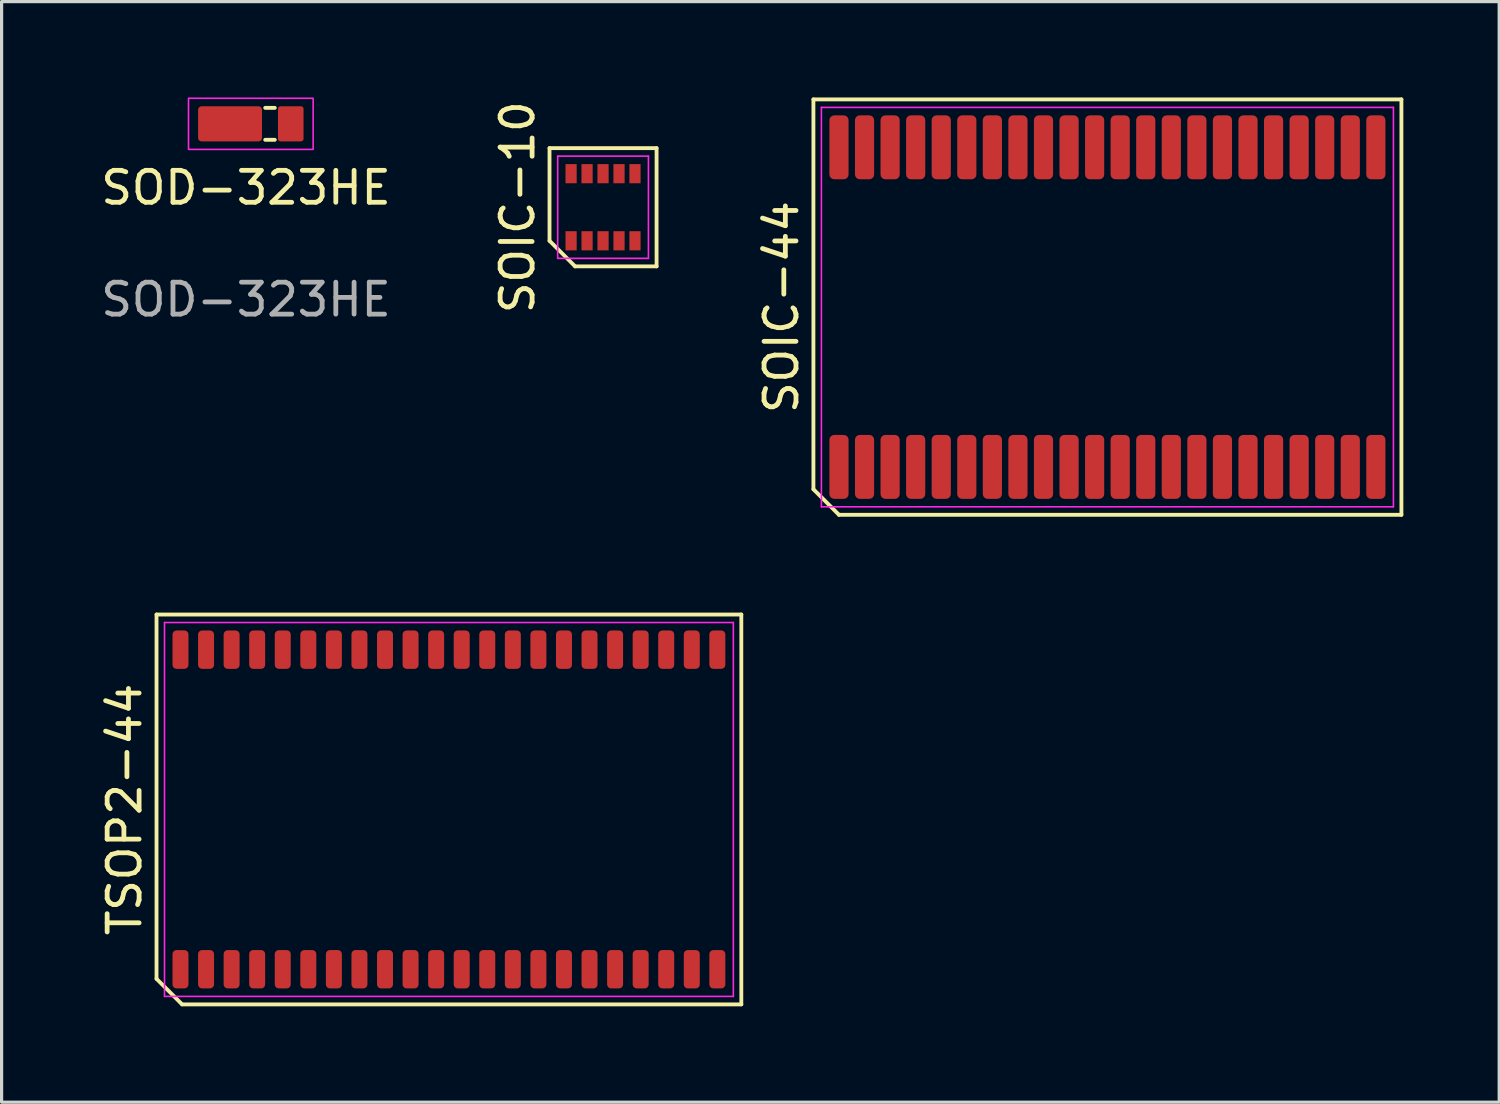
<source format=kicad_pcb>
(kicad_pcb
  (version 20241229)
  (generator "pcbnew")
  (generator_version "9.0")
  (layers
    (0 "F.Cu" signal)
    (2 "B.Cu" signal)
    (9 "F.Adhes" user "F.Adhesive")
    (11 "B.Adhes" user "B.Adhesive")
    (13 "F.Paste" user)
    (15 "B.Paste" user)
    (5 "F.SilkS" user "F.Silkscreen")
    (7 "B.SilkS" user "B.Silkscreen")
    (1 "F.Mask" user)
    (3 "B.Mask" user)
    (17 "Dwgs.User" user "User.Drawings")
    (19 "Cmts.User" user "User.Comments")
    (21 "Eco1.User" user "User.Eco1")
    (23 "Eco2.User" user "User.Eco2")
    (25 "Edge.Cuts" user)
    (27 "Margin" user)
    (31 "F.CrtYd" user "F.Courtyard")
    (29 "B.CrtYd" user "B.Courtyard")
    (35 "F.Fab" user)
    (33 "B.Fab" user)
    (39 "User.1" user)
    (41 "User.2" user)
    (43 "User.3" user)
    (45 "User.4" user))
  (footprint "SOD-323HE"
    (layer "F.Cu")
    (at 4.649 0.825)
    (property "Reference" "SOD-323HE" (at 0 2 0) (unlocked yes) (layer "F.SilkS") (effects (font (size 1 1) (thickness 0.15))))
    (attr smd)
    (fp_line (start 0.6 -0.5) (end 0.9 -0.5) (stroke (width 0.12) (type solid)) (layer "F.SilkS"))
    (fp_line (start 0.9 0.5) (end 0.6 0.5) (stroke (width 0.12) (type solid)) (layer "F.SilkS"))
    (fp_rect (start -1.8 -0.8) (end 2.1 0.8) (stroke (width 0.05) (type solid)) (fill no) (layer "F.CrtYd"))
    (fp_text user "${REFERENCE}" (at 0 5.5 0) (unlocked yes) (layer "F.Fab") (effects (font (size 1 1) (thickness 0.15))))
    (pad "1" smd roundrect (at -0.5 0) (size 2 1.1) (layers "F.Cu" "F.Mask" "F.Paste") (roundrect_rratio 0.1))
    (pad "2" smd roundrect (at 1.4 0) (size 0.8 1.1) (layers "F.Cu" "F.Mask" "F.Paste") (roundrect_rratio 0.1)))
  (footprint "SOIC-10"
    (layer "F.Cu")
    (at 15.821 3.435)
    (property "Reference" "SOIC-10" (at -2.675 0 90) (layer "F.SilkS") (effects (font (size 1 1) (thickness 0.15))))
    (attr through_hole)
    (fp_line (start -1.675 -1.85) (end 1.675 -1.85) (stroke (width 0.12) (type solid)) (layer "F.SilkS"))
    (fp_line (start -1.675 1.05) (end -1.675 -1.85) (stroke (width 0.12) (type solid)) (layer "F.SilkS"))
    (fp_line (start -0.875 1.85) (end -1.675 1.05) (stroke (width 0.12) (type solid)) (layer "F.SilkS"))
    (fp_line (start 1.675 -1.85) (end 1.675 1.85) (stroke (width 0.12) (type solid)) (layer "F.SilkS"))
    (fp_line (start 1.675 1.85) (end -0.875 1.85) (stroke (width 0.12) (type solid)) (layer "F.SilkS"))
    (fp_line (start -1.42 -1.6) (end 1.42 -1.6) (stroke (width 0.05) (type solid)) (layer "F.CrtYd"))
    (fp_line (start -1.42 1.6) (end -1.42 -1.6) (stroke (width 0.05) (type solid)) (layer "F.CrtYd"))
    (fp_line (start 1.42 -1.6) (end 1.42 1.6) (stroke (width 0.05) (type solid)) (layer "F.CrtYd"))
    (fp_line (start 1.42 1.6) (end -1.42 1.6) (stroke (width 0.05) (type solid)) (layer "F.CrtYd"))
    (pad "1" smd rect (at -1 1.05) (size 0.35 0.6) (layers "F.Cu" "F.Mask" "F.Paste"))
    (pad "2" smd rect (at -0.5 1.05) (size 0.35 0.6) (layers "F.Cu" "F.Mask" "F.Paste"))
    (pad "3" smd rect (at 0 1.05) (size 0.35 0.6) (layers "F.Cu" "F.Mask" "F.Paste"))
    (pad "4" smd rect (at 0.5 1.05) (size 0.35 0.6) (layers "F.Cu" "F.Mask" "F.Paste"))
    (pad "5" smd rect (at 1 1.05) (size 0.35 0.6) (layers "F.Cu" "F.Mask" "F.Paste"))
    (pad "6" smd rect (at 1 -1.05) (size 0.35 0.6) (layers "F.Cu" "F.Mask" "F.Paste"))
    (pad "7" smd rect (at 0.5 -1.05) (size 0.35 0.6) (layers "F.Cu" "F.Mask" "F.Paste"))
    (pad "8" smd rect (at 0 -1.05) (size 0.35 0.6) (layers "F.Cu" "F.Mask" "F.Paste"))
    (pad "9" smd rect (at -0.5 -1.05) (size 0.35 0.6) (layers "F.Cu" "F.Mask" "F.Paste"))
    (pad "10" smd rect (at -1 -1.05) (size 0.35 0.6) (layers "F.Cu" "F.Mask" "F.Paste")))
  (footprint "SOIC-44"
    (layer "F.Cu")
    (at 31.604 6.56)
    (property "Reference" "SOIC-44" (at -10.2 0 90) (layer "F.SilkS") (effects (font (size 1 1) (thickness 0.15))))
    (attr through_hole)
    (fp_line (start -9.2 -6.5) (end 9.2 -6.5) (stroke (width 0.12) (type default)) (layer "F.SilkS"))
    (fp_line (start -9.2 5.7) (end -9.2 -6.5) (stroke (width 0.12) (type default)) (layer "F.SilkS"))
    (fp_line (start -8.4 6.5) (end -9.2 5.7) (stroke (width 0.12) (type default)) (layer "F.SilkS"))
    (fp_line (start 9.2 -6.5) (end 9.2 6.5) (stroke (width 0.12) (type default)) (layer "F.SilkS"))
    (fp_line (start 9.2 6.5) (end -8.4 6.5) (stroke (width 0.12) (type default)) (layer "F.SilkS"))
    (fp_line (start -8.95 -6.25) (end 8.95 -6.25) (stroke (width 0.05) (type default)) (layer "F.CrtYd"))
    (fp_line (start -8.95 6.25) (end -8.95 -6.25) (stroke (width 0.05) (type default)) (layer "F.CrtYd"))
    (fp_line (start 8.95 -6.25) (end 8.95 6.25) (stroke (width 0.05) (type default)) (layer "F.CrtYd"))
    (fp_line (start 8.95 6.25) (end -8.95 6.25) (stroke (width 0.05) (type default)) (layer "F.CrtYd"))
    (pad "1" smd roundrect (at -8.4 5) (size 0.6 2) (layers "F.Cu" "F.Mask" "F.Paste") (roundrect_rratio 0.25))
    (pad "2" smd roundrect (at -7.6 5) (size 0.6 2) (layers "F.Cu" "F.Mask" "F.Paste") (roundrect_rratio 0.25))
    (pad "3" smd roundrect (at -6.8 5) (size 0.6 2) (layers "F.Cu" "F.Mask" "F.Paste") (roundrect_rratio 0.25))
    (pad "4" smd roundrect (at -6 5) (size 0.6 2) (layers "F.Cu" "F.Mask" "F.Paste") (roundrect_rratio 0.25))
    (pad "5" smd roundrect (at -5.2 5) (size 0.6 2) (layers "F.Cu" "F.Mask" "F.Paste") (roundrect_rratio 0.25))
    (pad "6" smd roundrect (at -4.4 5) (size 0.6 2) (layers "F.Cu" "F.Mask" "F.Paste") (roundrect_rratio 0.25))
    (pad "7" smd roundrect (at -3.6 5) (size 0.6 2) (layers "F.Cu" "F.Mask" "F.Paste") (roundrect_rratio 0.25))
    (pad "8" smd roundrect (at -2.8 5) (size 0.6 2) (layers "F.Cu" "F.Mask" "F.Paste") (roundrect_rratio 0.25))
    (pad "9" smd roundrect (at -2 5) (size 0.6 2) (layers "F.Cu" "F.Mask" "F.Paste") (roundrect_rratio 0.25))
    (pad "10" smd roundrect (at -1.2 5) (size 0.6 2) (layers "F.Cu" "F.Mask" "F.Paste") (roundrect_rratio 0.25))
    (pad "11" smd roundrect (at -0.4 5) (size 0.6 2) (layers "F.Cu" "F.Mask" "F.Paste") (roundrect_rratio 0.25))
    (pad "12" smd roundrect (at 0.4 5) (size 0.6 2) (layers "F.Cu" "F.Mask" "F.Paste") (roundrect_rratio 0.25))
    (pad "13" smd roundrect (at 1.2 5) (size 0.6 2) (layers "F.Cu" "F.Mask" "F.Paste") (roundrect_rratio 0.25))
    (pad "14" smd roundrect (at 2 5) (size 0.6 2) (layers "F.Cu" "F.Mask" "F.Paste") (roundrect_rratio 0.25))
    (pad "15" smd roundrect (at 2.8 5) (size 0.6 2) (layers "F.Cu" "F.Mask" "F.Paste") (roundrect_rratio 0.25))
    (pad "16" smd roundrect (at 3.6 5) (size 0.6 2) (layers "F.Cu" "F.Mask" "F.Paste") (roundrect_rratio 0.25))
    (pad "17" smd roundrect (at 4.4 5) (size 0.6 2) (layers "F.Cu" "F.Mask" "F.Paste") (roundrect_rratio 0.25))
    (pad "18" smd roundrect (at 5.2 5) (size 0.6 2) (layers "F.Cu" "F.Mask" "F.Paste") (roundrect_rratio 0.25))
    (pad "19" smd roundrect (at 6 5) (size 0.6 2) (layers "F.Cu" "F.Mask" "F.Paste") (roundrect_rratio 0.25))
    (pad "20" smd roundrect (at 6.8 5) (size 0.6 2) (layers "F.Cu" "F.Mask" "F.Paste") (roundrect_rratio 0.25))
    (pad "21" smd roundrect (at 7.6 5) (size 0.6 2) (layers "F.Cu" "F.Mask" "F.Paste") (roundrect_rratio 0.25))
    (pad "22" smd roundrect (at 8.4 5) (size 0.6 2) (layers "F.Cu" "F.Mask" "F.Paste") (roundrect_rratio 0.25))
    (pad "23" smd roundrect (at 8.4 -5) (size 0.6 2) (layers "F.Cu" "F.Mask" "F.Paste") (roundrect_rratio 0.25))
    (pad "24" smd roundrect (at 7.6 -5) (size 0.6 2) (layers "F.Cu" "F.Mask" "F.Paste") (roundrect_rratio 0.25))
    (pad "25" smd roundrect (at 6.8 -5) (size 0.6 2) (layers "F.Cu" "F.Mask" "F.Paste") (roundrect_rratio 0.25))
    (pad "26" smd roundrect (at 6 -5) (size 0.6 2) (layers "F.Cu" "F.Mask" "F.Paste") (roundrect_rratio 0.25))
    (pad "27" smd roundrect (at 5.2 -5) (size 0.6 2) (layers "F.Cu" "F.Mask" "F.Paste") (roundrect_rratio 0.25))
    (pad "28" smd roundrect (at 4.4 -5) (size 0.6 2) (layers "F.Cu" "F.Mask" "F.Paste") (roundrect_rratio 0.25))
    (pad "29" smd roundrect (at 3.6 -5) (size 0.6 2) (layers "F.Cu" "F.Mask" "F.Paste") (roundrect_rratio 0.25))
    (pad "30" smd roundrect (at 2.8 -5) (size 0.6 2) (layers "F.Cu" "F.Mask" "F.Paste") (roundrect_rratio 0.25))
    (pad "31" smd roundrect (at 2 -5) (size 0.6 2) (layers "F.Cu" "F.Mask" "F.Paste") (roundrect_rratio 0.25))
    (pad "32" smd roundrect (at 1.2 -5) (size 0.6 2) (layers "F.Cu" "F.Mask" "F.Paste") (roundrect_rratio 0.25))
    (pad "33" smd roundrect (at 0.4 -5) (size 0.6 2) (layers "F.Cu" "F.Mask" "F.Paste") (roundrect_rratio 0.25))
    (pad "34" smd roundrect (at -0.4 -5) (size 0.6 2) (layers "F.Cu" "F.Mask" "F.Paste") (roundrect_rratio 0.25))
    (pad "35" smd roundrect (at -1.2 -5) (size 0.6 2) (layers "F.Cu" "F.Mask" "F.Paste") (roundrect_rratio 0.25))
    (pad "36" smd roundrect (at -2 -5) (size 0.6 2) (layers "F.Cu" "F.Mask" "F.Paste") (roundrect_rratio 0.25))
    (pad "37" smd roundrect (at -2.8 -5) (size 0.6 2) (layers "F.Cu" "F.Mask" "F.Paste") (roundrect_rratio 0.25))
    (pad "38" smd roundrect (at -3.6 -5) (size 0.6 2) (layers "F.Cu" "F.Mask" "F.Paste") (roundrect_rratio 0.25))
    (pad "39" smd roundrect (at -4.4 -5) (size 0.6 2) (layers "F.Cu" "F.Mask" "F.Paste") (roundrect_rratio 0.25))
    (pad "40" smd roundrect (at -5.2 -5) (size 0.6 2) (layers "F.Cu" "F.Mask" "F.Paste") (roundrect_rratio 0.25))
    (pad "41" smd roundrect (at -6 -5) (size 0.6 2) (layers "F.Cu" "F.Mask" "F.Paste") (roundrect_rratio 0.25))
    (pad "42" smd roundrect (at -6.8 -5) (size 0.6 2) (layers "F.Cu" "F.Mask" "F.Paste") (roundrect_rratio 0.25))
    (pad "43" smd roundrect (at -7.6 -5) (size 0.6 2) (layers "F.Cu" "F.Mask" "F.Paste") (roundrect_rratio 0.25))
    (pad "44" smd roundrect (at -8.4 -5) (size 0.6 2) (layers "F.Cu" "F.Mask" "F.Paste") (roundrect_rratio 0.25)))
  (footprint "TSOP2-44"
    (layer "F.Cu")
    (at 10.998 22.28)
    (property "Reference" "TSOP2-44" (at -10.15 0 90) (layer "F.SilkS") (effects (font (size 1 1) (thickness 0.15))))
    (attr through_hole)
    (fp_line (start -9.15 -6.1) (end 9.15 -6.1) (stroke (width 0.12) (type default)) (layer "F.SilkS"))
    (fp_line (start -9.15 5.3) (end -9.15 -6.1) (stroke (width 0.12) (type default)) (layer "F.SilkS"))
    (fp_line (start -8.35 6.1) (end -9.15 5.3) (stroke (width 0.12) (type default)) (layer "F.SilkS"))
    (fp_line (start 9.15 -6.1) (end 9.15 6.1) (stroke (width 0.12) (type default)) (layer "F.SilkS"))
    (fp_line (start 9.15 6.1) (end -8.35 6.1) (stroke (width 0.12) (type default)) (layer "F.SilkS"))
    (fp_line (start -8.9 -5.85) (end 8.9 -5.85) (stroke (width 0.05) (type default)) (layer "F.CrtYd"))
    (fp_line (start -8.9 5.85) (end -8.9 -5.85) (stroke (width 0.05) (type default)) (layer "F.CrtYd"))
    (fp_line (start 8.9 -5.85) (end 8.9 5.85) (stroke (width 0.05) (type default)) (layer "F.CrtYd"))
    (fp_line (start 8.9 5.85) (end -8.9 5.85) (stroke (width 0.05) (type default)) (layer "F.CrtYd"))
    (pad "1" smd roundrect (at -8.4 5) (size 0.5 1.2) (layers "F.Cu" "F.Mask" "F.Paste") (roundrect_rratio 0.25))
    (pad "2" smd roundrect (at -7.6 5) (size 0.5 1.2) (layers "F.Cu" "F.Mask" "F.Paste") (roundrect_rratio 0.25))
    (pad "3" smd roundrect (at -6.8 5) (size 0.5 1.2) (layers "F.Cu" "F.Mask" "F.Paste") (roundrect_rratio 0.25))
    (pad "4" smd roundrect (at -6 5) (size 0.5 1.2) (layers "F.Cu" "F.Mask" "F.Paste") (roundrect_rratio 0.25))
    (pad "5" smd roundrect (at -5.2 5) (size 0.5 1.2) (layers "F.Cu" "F.Mask" "F.Paste") (roundrect_rratio 0.25))
    (pad "6" smd roundrect (at -4.4 5) (size 0.5 1.2) (layers "F.Cu" "F.Mask" "F.Paste") (roundrect_rratio 0.25))
    (pad "7" smd roundrect (at -3.6 5) (size 0.5 1.2) (layers "F.Cu" "F.Mask" "F.Paste") (roundrect_rratio 0.25))
    (pad "8" smd roundrect (at -2.8 5) (size 0.5 1.2) (layers "F.Cu" "F.Mask" "F.Paste") (roundrect_rratio 0.25))
    (pad "9" smd roundrect (at -2 5) (size 0.5 1.2) (layers "F.Cu" "F.Mask" "F.Paste") (roundrect_rratio 0.25))
    (pad "10" smd roundrect (at -1.2 5) (size 0.5 1.2) (layers "F.Cu" "F.Mask" "F.Paste") (roundrect_rratio 0.25))
    (pad "11" smd roundrect (at -0.4 5) (size 0.5 1.2) (layers "F.Cu" "F.Mask" "F.Paste") (roundrect_rratio 0.25))
    (pad "12" smd roundrect (at 0.4 5) (size 0.5 1.2) (layers "F.Cu" "F.Mask" "F.Paste") (roundrect_rratio 0.25))
    (pad "13" smd roundrect (at 1.2 5) (size 0.5 1.2) (layers "F.Cu" "F.Mask" "F.Paste") (roundrect_rratio 0.25))
    (pad "14" smd roundrect (at 2 5) (size 0.5 1.2) (layers "F.Cu" "F.Mask" "F.Paste") (roundrect_rratio 0.25))
    (pad "15" smd roundrect (at 2.8 5) (size 0.5 1.2) (layers "F.Cu" "F.Mask" "F.Paste") (roundrect_rratio 0.25))
    (pad "16" smd roundrect (at 3.6 5) (size 0.5 1.2) (layers "F.Cu" "F.Mask" "F.Paste") (roundrect_rratio 0.25))
    (pad "17" smd roundrect (at 4.4 5) (size 0.5 1.2) (layers "F.Cu" "F.Mask" "F.Paste") (roundrect_rratio 0.25))
    (pad "18" smd roundrect (at 5.2 5) (size 0.5 1.2) (layers "F.Cu" "F.Mask" "F.Paste") (roundrect_rratio 0.25))
    (pad "19" smd roundrect (at 6 5) (size 0.5 1.2) (layers "F.Cu" "F.Mask" "F.Paste") (roundrect_rratio 0.25))
    (pad "20" smd roundrect (at 6.8 5) (size 0.5 1.2) (layers "F.Cu" "F.Mask" "F.Paste") (roundrect_rratio 0.25))
    (pad "21" smd roundrect (at 7.6 5) (size 0.5 1.2) (layers "F.Cu" "F.Mask" "F.Paste") (roundrect_rratio 0.25))
    (pad "22" smd roundrect (at 8.4 5) (size 0.5 1.2) (layers "F.Cu" "F.Mask" "F.Paste") (roundrect_rratio 0.25))
    (pad "23" smd roundrect (at 8.4 -5) (size 0.5 1.2) (layers "F.Cu" "F.Mask" "F.Paste") (roundrect_rratio 0.25))
    (pad "24" smd roundrect (at 7.6 -5) (size 0.5 1.2) (layers "F.Cu" "F.Mask" "F.Paste") (roundrect_rratio 0.25))
    (pad "25" smd roundrect (at 6.8 -5) (size 0.5 1.2) (layers "F.Cu" "F.Mask" "F.Paste") (roundrect_rratio 0.25))
    (pad "26" smd roundrect (at 6 -5) (size 0.5 1.2) (layers "F.Cu" "F.Mask" "F.Paste") (roundrect_rratio 0.25))
    (pad "27" smd roundrect (at 5.2 -5) (size 0.5 1.2) (layers "F.Cu" "F.Mask" "F.Paste") (roundrect_rratio 0.25))
    (pad "28" smd roundrect (at 4.4 -5) (size 0.5 1.2) (layers "F.Cu" "F.Mask" "F.Paste") (roundrect_rratio 0.25))
    (pad "29" smd roundrect (at 3.6 -5) (size 0.5 1.2) (layers "F.Cu" "F.Mask" "F.Paste") (roundrect_rratio 0.25))
    (pad "30" smd roundrect (at 2.8 -5) (size 0.5 1.2) (layers "F.Cu" "F.Mask" "F.Paste") (roundrect_rratio 0.25))
    (pad "31" smd roundrect (at 2 -5) (size 0.5 1.2) (layers "F.Cu" "F.Mask" "F.Paste") (roundrect_rratio 0.25))
    (pad "32" smd roundrect (at 1.2 -5) (size 0.5 1.2) (layers "F.Cu" "F.Mask" "F.Paste") (roundrect_rratio 0.25))
    (pad "33" smd roundrect (at 0.4 -5) (size 0.5 1.2) (layers "F.Cu" "F.Mask" "F.Paste") (roundrect_rratio 0.25))
    (pad "34" smd roundrect (at -0.4 -5) (size 0.5 1.2) (layers "F.Cu" "F.Mask" "F.Paste") (roundrect_rratio 0.25))
    (pad "35" smd roundrect (at -1.2 -5) (size 0.5 1.2) (layers "F.Cu" "F.Mask" "F.Paste") (roundrect_rratio 0.25))
    (pad "36" smd roundrect (at -2 -5) (size 0.5 1.2) (layers "F.Cu" "F.Mask" "F.Paste") (roundrect_rratio 0.25))
    (pad "37" smd roundrect (at -2.8 -5) (size 0.5 1.2) (layers "F.Cu" "F.Mask" "F.Paste") (roundrect_rratio 0.25))
    (pad "38" smd roundrect (at -3.6 -5) (size 0.5 1.2) (layers "F.Cu" "F.Mask" "F.Paste") (roundrect_rratio 0.25))
    (pad "39" smd roundrect (at -4.4 -5) (size 0.5 1.2) (layers "F.Cu" "F.Mask" "F.Paste") (roundrect_rratio 0.25))
    (pad "40" smd roundrect (at -5.2 -5) (size 0.5 1.2) (layers "F.Cu" "F.Mask" "F.Paste") (roundrect_rratio 0.25))
    (pad "41" smd roundrect (at -6 -5) (size 0.5 1.2) (layers "F.Cu" "F.Mask" "F.Paste") (roundrect_rratio 0.25))
    (pad "42" smd roundrect (at -6.8 -5) (size 0.5 1.2) (layers "F.Cu" "F.Mask" "F.Paste") (roundrect_rratio 0.25))
    (pad "43" smd roundrect (at -7.6 -5) (size 0.5 1.2) (layers "F.Cu" "F.Mask" "F.Paste") (roundrect_rratio 0.25))
    (pad "44" smd roundrect (at -8.4 -5) (size 0.5 1.2) (layers "F.Cu" "F.Mask" "F.Paste") (roundrect_rratio 0.25)))
  (gr_rect
    (start -3 -3)
    (end 43.864 31.44)
    (stroke (width 0.1) (type default))
    (fill no)
    (layer "Edge.Cuts")))
</source>
